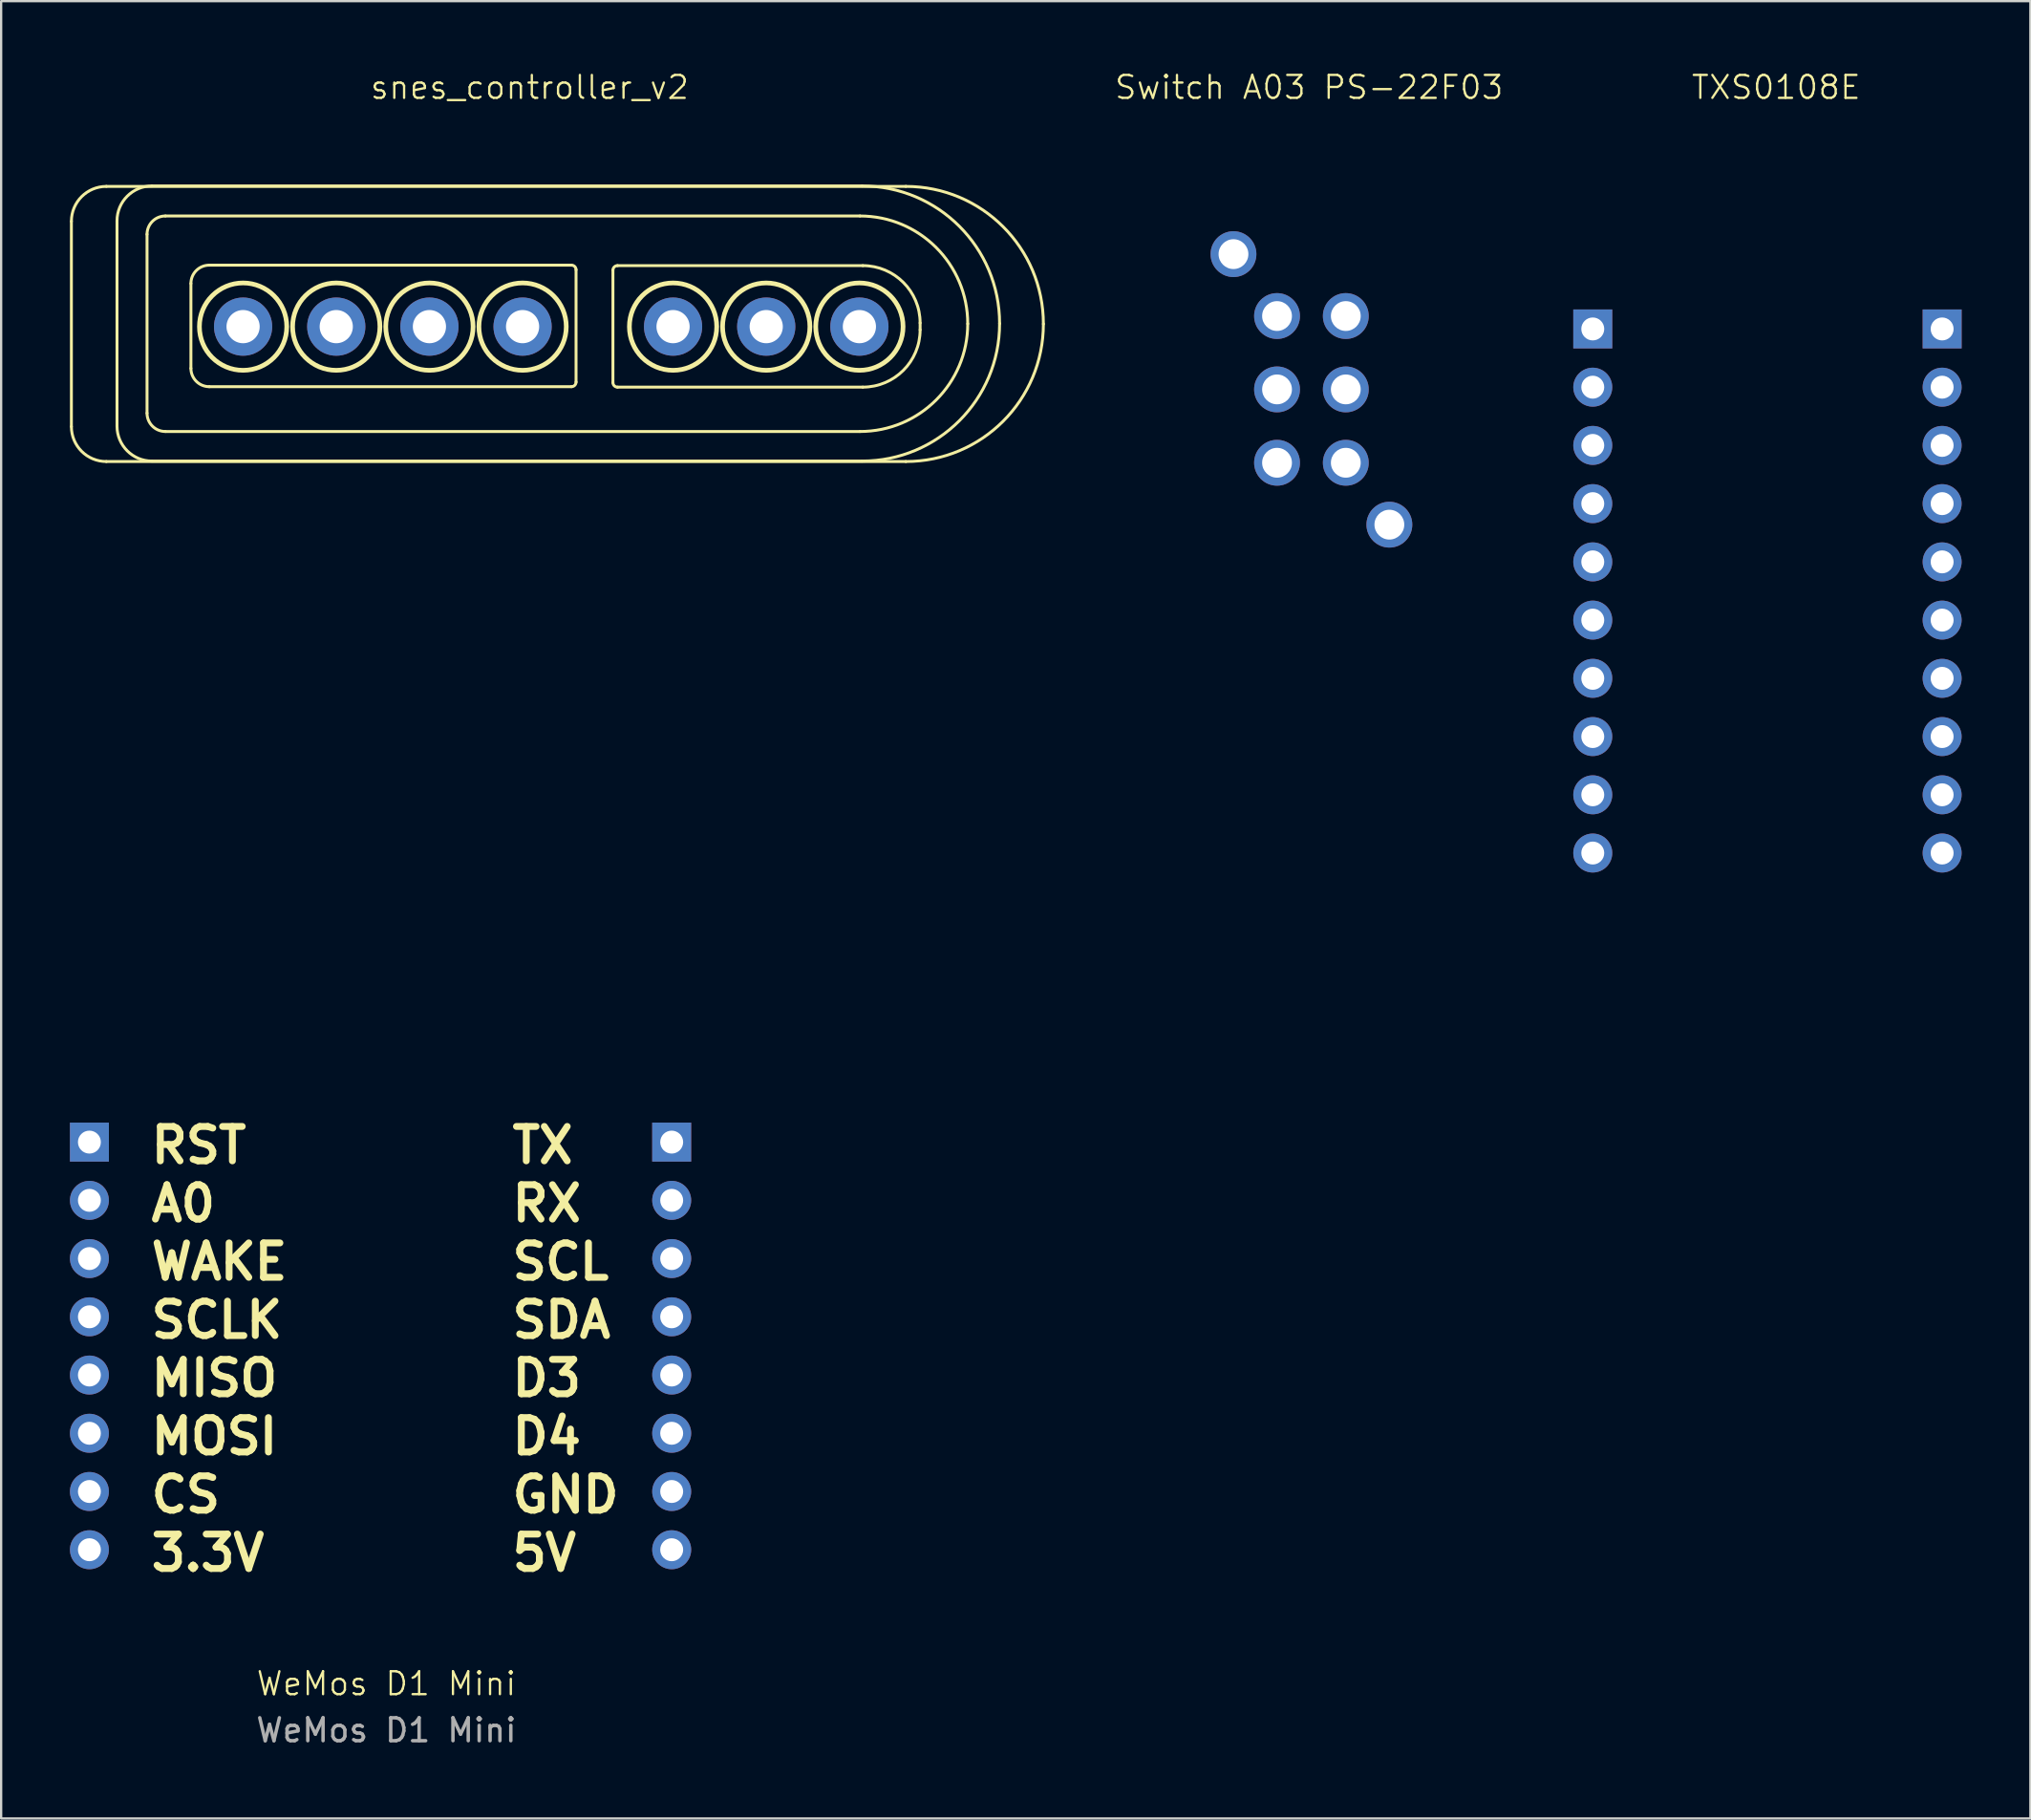
<source format=kicad_pcb>
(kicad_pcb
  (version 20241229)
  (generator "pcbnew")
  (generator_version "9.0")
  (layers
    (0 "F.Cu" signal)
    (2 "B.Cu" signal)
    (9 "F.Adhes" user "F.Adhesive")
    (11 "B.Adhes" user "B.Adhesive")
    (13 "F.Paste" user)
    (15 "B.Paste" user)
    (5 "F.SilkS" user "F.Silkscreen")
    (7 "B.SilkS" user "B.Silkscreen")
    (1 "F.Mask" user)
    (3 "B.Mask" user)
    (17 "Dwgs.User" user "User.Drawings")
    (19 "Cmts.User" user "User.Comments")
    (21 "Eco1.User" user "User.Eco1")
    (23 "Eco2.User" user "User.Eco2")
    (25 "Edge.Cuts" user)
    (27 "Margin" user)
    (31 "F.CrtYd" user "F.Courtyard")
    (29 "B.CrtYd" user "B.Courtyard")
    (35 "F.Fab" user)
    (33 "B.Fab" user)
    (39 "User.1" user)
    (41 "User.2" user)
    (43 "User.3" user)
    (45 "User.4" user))
  (footprint "Switch A03 PS-22F03"
    (layer "F.Cu")
    (at 54.053 1.26)
    (property "Reference" "Switch A03 PS-22F03" (at 0 -0.5 0) (unlocked yes) (layer "F.SilkS") (effects (font (size 1 1) (thickness 0.1))))
    (attr through_hole)
    (pad "" thru_hole circle (at -3.297 6.775) (size 2 2) (drill 1.3) (layers "*.Cu" "*.Mask"))
    (pad "" thru_hole circle (at 3.503 18.575) (size 2 2) (drill 1.3) (layers "*.Cu" "*.Mask"))
    (pad "1" thru_hole circle (at -1.397 9.475) (size 2 2) (drill 1.3) (layers "*.Cu" "*.Mask"))
    (pad "2" thru_hole circle (at 1.603 9.475) (size 2 2) (drill 1.3) (layers "*.Cu" "*.Mask"))
    (pad "3" thru_hole circle (at -1.397 12.675) (size 2 2) (drill 1.3) (layers "*.Cu" "*.Mask"))
    (pad "4" thru_hole circle (at 1.603 12.675) (size 2 2) (drill 1.3) (layers "*.Cu" "*.Mask"))
    (pad "5" thru_hole circle (at -1.397 15.875) (size 2 2) (drill 1.3) (layers "*.Cu" "*.Mask"))
    (pad "6" thru_hole circle (at 1.603 15.875) (size 2 2) (drill 1.3) (layers "*.Cu" "*.Mask")))
  (footprint "snes_controller_v2"
    (layer "F.Cu")
    (at 20.054 4.261)
    (property "Reference" "snes_controller_v2" (at 0 -3.5 0) (unlocked yes) (layer "F.SilkS") (effects (font (size 1 1) (thickness 0.1))))
    (attr through_hole)
    (fp_line (start -19.99 11.296) (end -19.99 2.344) (stroke (width 0.127) (type solid)) (layer "F.SilkS"))
    (fp_line (start -18.466 0.82) (end 16.41 0.82) (stroke (width 0.127) (type solid)) (layer "F.SilkS"))
    (fp_line (start -18 2.324) (end -18 11.276) (stroke (width 0.127) (type solid)) (layer "F.SilkS"))
    (fp_line (start -16.69 2.91) (end -16.69 10.71) (stroke (width 0.127) (type solid)) (layer "F.SilkS"))
    (fp_line (start -16.476 0.8) (end 14.5 0.8) (stroke (width 0.127) (type solid)) (layer "F.SilkS"))
    (fp_line (start -16.476 12.8) (end 14.5 12.8) (stroke (width 0.127) (type solid)) (layer "F.SilkS"))
    (fp_line (start -15.89 2.11) (end 14.41 2.11) (stroke (width 0.127) (type solid)) (layer "F.SilkS"))
    (fp_line (start -15.89 11.51) (end 14.41 11.51) (stroke (width 0.127) (type solid)) (layer "F.SilkS"))
    (fp_line (start -14.776 8.755) (end -14.776 5.055) (stroke (width 0.127) (type solid)) (layer "F.SilkS"))
    (fp_line (start -13.976 4.255) (end 1.824 4.255) (stroke (width 0.127) (type solid)) (layer "F.SilkS"))
    (fp_line (start -13.976 9.555) (end 1.824 9.555) (stroke (width 0.127) (type solid)) (layer "F.SilkS"))
    (fp_line (start 2.024 9.355) (end 2.024 4.455) (stroke (width 0.127) (type solid)) (layer "F.SilkS"))
    (fp_line (start 3.633 9.375) (end 3.633 4.475) (stroke (width 0.127) (type solid)) (layer "F.SilkS"))
    (fp_line (start 3.833 4.275) (end 14.533 4.275) (stroke (width 0.127) (type solid)) (layer "F.SilkS"))
    (fp_line (start 3.833 9.575) (end 14.533 9.575) (stroke (width 0.127) (type solid)) (layer "F.SilkS"))
    (fp_line (start 16.41 12.82) (end -18.466 12.82) (stroke (width 0.127) (type solid)) (layer "F.SilkS"))
    (fp_line (start 17.033 7.075) (end 17.033 6.775) (stroke (width 0.127) (type solid)) (layer "F.SilkS"))
    (fp_arc (start -19.99 2.344) (mid -19.543631 1.266369) (end -18.466 0.82) (stroke (width 0.127) (type solid)) (layer "F.SilkS"))
    (fp_arc (start -18.466 12.82) (mid -19.543631 12.37363) (end -19.990001 11.295999) (stroke (width 0.127) (type solid)) (layer "F.SilkS"))
    (fp_arc (start -18 2.324) (mid -17.553631 1.246369) (end -16.476 0.8) (stroke (width 0.127) (type solid)) (layer "F.SilkS"))
    (fp_arc (start -16.69 2.91) (mid -16.455685 2.344315) (end -15.89 2.11) (stroke (width 0.127) (type solid)) (layer "F.SilkS"))
    (fp_arc (start -16.475999 12.799999) (mid -17.55363 12.35363) (end -18 11.276) (stroke (width 0.127) (type solid)) (layer "F.SilkS"))
    (fp_arc (start -15.89 11.51) (mid -16.455685 11.275685) (end -16.69 10.71) (stroke (width 0.127) (type solid)) (layer "F.SilkS"))
    (fp_arc (start -14.776 5.055) (mid -14.541685 4.489315) (end -13.976 4.255) (stroke (width 0.127) (type solid)) (layer "F.SilkS"))
    (fp_arc (start -13.976 9.555) (mid -14.541685 9.320685) (end -14.776 8.755) (stroke (width 0.127) (type solid)) (layer "F.SilkS"))
    (fp_arc (start 1.824 4.255) (mid 1.965421 4.313579) (end 2.024 4.455) (stroke (width 0.127) (type solid)) (layer "F.SilkS"))
    (fp_arc (start 2.024 9.355) (mid 1.965421 9.496421) (end 1.824 9.555) (stroke (width 0.127) (type solid)) (layer "F.SilkS"))
    (fp_arc (start 3.633 4.475) (mid 3.691579 4.333579) (end 3.833 4.275) (stroke (width 0.127) (type solid)) (layer "F.SilkS"))
    (fp_arc (start 3.833 9.575) (mid 3.691579 9.516421) (end 3.633 9.375) (stroke (width 0.127) (type solid)) (layer "F.SilkS"))
    (fp_arc (start 14.41 2.11) (mid 17.733402 3.486598) (end 19.11 6.81) (stroke (width 0.127) (type solid)) (layer "F.SilkS"))
    (fp_arc (start 14.5 0.8) (mid 18.742641 2.557359) (end 20.5 6.8) (stroke (width 0.127) (type solid)) (layer "F.SilkS"))
    (fp_arc (start 14.533 4.275) (mid 16.300767 5.007233) (end 17.033 6.775) (stroke (width 0.127) (type solid)) (layer "F.SilkS"))
    (fp_arc (start 16.41 0.82) (mid 20.652641 2.57736) (end 22.410001 6.820001) (stroke (width 0.127) (type solid)) (layer "F.SilkS"))
    (fp_arc (start 17.033 7.075) (mid 16.300767 8.842767) (end 14.533 9.575) (stroke (width 0.127) (type solid)) (layer "F.SilkS"))
    (fp_arc (start 19.11 6.81) (mid 17.733402 10.133402) (end 14.41 11.51) (stroke (width 0.127) (type solid)) (layer "F.SilkS"))
    (fp_arc (start 20.5 6.8) (mid 18.742641 11.042641) (end 14.5 12.8) (stroke (width 0.127) (type solid)) (layer "F.SilkS"))
    (fp_arc (start 22.41 6.82) (mid 20.652641 11.062641) (end 16.41 12.82) (stroke (width 0.127) (type solid)) (layer "F.SilkS"))
    (fp_circle (center -12.5 6.936) (end -10.595 6.936) (stroke (width 0.203) (type solid)) (fill no) (layer "F.SilkS"))
    (fp_circle (center -8.436 6.936) (end -6.531 6.936) (stroke (width 0.203) (type solid)) (fill no) (layer "F.SilkS"))
    (fp_circle (center -4.372 6.936) (end -2.467 6.936) (stroke (width 0.203) (type solid)) (fill no) (layer "F.SilkS"))
    (fp_circle (center -0.308 6.936) (end 1.597 6.936) (stroke (width 0.203) (type solid)) (fill no) (layer "F.SilkS"))
    (fp_circle (center 6.256 6.936) (end 8.161 6.936) (stroke (width 0.203) (type solid)) (fill no) (layer "F.SilkS"))
    (fp_circle (center 10.32 6.936) (end 12.225 6.936) (stroke (width 0.203) (type solid)) (fill no) (layer "F.SilkS"))
    (fp_circle (center 14.384 6.936) (end 16.289 6.936) (stroke (width 0.203) (type solid)) (fill no) (layer "F.SilkS"))
    (pad "1" thru_hole circle (at -12.5 6.936) (size 2.54 2.54) (drill 1.448) (layers "*.Cu" "*.Mask"))
    (pad "2" thru_hole circle (at -8.436 6.936) (size 2.54 2.54) (drill 1.448) (layers "*.Cu" "*.Mask"))
    (pad "3" thru_hole circle (at -4.372 6.936) (size 2.54 2.54) (drill 1.448) (layers "*.Cu" "*.Mask"))
    (pad "4" thru_hole circle (at -0.308 6.936) (size 2.54 2.54) (drill 1.448) (layers "*.Cu" "*.Mask"))
    (pad "5" thru_hole circle (at 6.256 6.936) (size 2.54 2.54) (drill 1.448) (layers "*.Cu" "*.Mask"))
    (pad "6" thru_hole circle (at 10.32 6.936) (size 2.54 2.54) (drill 1.448) (layers "*.Cu" "*.Mask"))
    (pad "7" thru_hole circle (at 14.384 6.936) (size 2.54 2.54) (drill 1.448) (layers "*.Cu" "*.Mask")))
  (footprint "WeMos D1 Mini"
    (layer "F.Cu")
    (at 13.804 38.258)
    (property "Reference" "WeMos D1 Mini" (at 0 32.131 0) (unlocked yes) (layer "F.SilkS") (effects (font (size 1 1) (thickness 0.1))))
    (attr through_hole)
    (fp_text user "GND" (at 5.334 24.765 0) (unlocked yes) (layer "F.SilkS") (effects (font (size 1.5 1.5) (thickness 0.3) (bold yes)) (justify left bottom)))
    (fp_text user "SCL" (at 5.334 14.605 0) (unlocked yes) (layer "F.SilkS") (effects (font (size 1.5 1.5) (thickness 0.3) (bold yes)) (justify left bottom)))
    (fp_text user "TX" (at 5.334 9.525 0) (unlocked yes) (layer "F.SilkS") (effects (font (size 1.5 1.5) (thickness 0.3) (bold yes)) (justify left bottom)))
    (fp_text user "SDA" (at 5.334 17.145 0) (unlocked yes) (layer "F.SilkS") (effects (font (size 1.5 1.5) (thickness 0.3) (bold yes)) (justify left bottom)))
    (fp_text user "SCLK" (at -10.414 17.145 0) (unlocked yes) (layer "F.SilkS") (effects (font (size 1.5 1.5) (thickness 0.3) (bold yes)) (justify left bottom)))
    (fp_text user "MISO" (at -10.414 19.685 0) (unlocked yes) (layer "F.SilkS") (effects (font (size 1.5 1.5) (thickness 0.3) (bold yes)) (justify left bottom)))
    (fp_text user "MOSI" (at -10.414 22.225 0) (unlocked yes) (layer "F.SilkS") (effects (font (size 1.5 1.5) (thickness 0.3) (bold yes)) (justify left bottom)))
    (fp_text user "D4" (at 5.334 22.225 0) (unlocked yes) (layer "F.SilkS") (effects (font (size 1.5 1.5) (thickness 0.3) (bold yes)) (justify left bottom)))
    (fp_text user "WAKE" (at -10.414 14.605 0) (unlocked yes) (layer "F.SilkS") (effects (font (size 1.5 1.5) (thickness 0.3) (bold yes)) (justify left bottom)))
    (fp_text user "CS" (at -10.414 24.765 0) (unlocked yes) (layer "F.SilkS") (effects (font (size 1.5 1.5) (thickness 0.3) (bold yes)) (justify left bottom)))
    (fp_text user "RST" (at -10.414 9.525 0) (unlocked yes) (layer "F.SilkS") (effects (font (size 1.5 1.5) (thickness 0.3) (bold yes)) (justify left bottom)))
    (fp_text user "D3" (at 5.334 19.685 0) (unlocked yes) (layer "F.SilkS") (effects (font (size 1.5 1.5) (thickness 0.3) (bold yes)) (justify left bottom)))
    (fp_text user "3.3V" (at -10.414 27.305 0) (unlocked yes) (layer "F.SilkS") (effects (font (size 1.5 1.5) (thickness 0.3) (bold yes)) (justify left bottom)))
    (fp_text user "RX" (at 5.334 12.065 0) (unlocked yes) (layer "F.SilkS") (effects (font (size 1.5 1.5) (thickness 0.3) (bold yes)) (justify left bottom)))
    (fp_text user "5V" (at 5.334 27.305 0) (unlocked yes) (layer "F.SilkS") (effects (font (size 1.5 1.5) (thickness 0.3) (bold yes)) (justify left bottom)))
    (fp_text user "A0" (at -10.414 12.065 0) (unlocked yes) (layer "F.SilkS") (effects (font (size 1.5 1.5) (thickness 0.3) (bold yes)) (justify left bottom)))
    (fp_text user "${REFERENCE}" (at 0 34.163 0) (unlocked yes) (layer "F.Fab") (effects (font (size 1 1) (thickness 0.15))))
    (pad "1" thru_hole rect (at -12.954 8.509) (size 1.7 1.7) (drill 1) (layers "*.Cu" "*.Mask"))
    (pad "2" thru_hole oval (at -12.954 11.049) (size 1.7 1.7) (drill 1) (layers "*.Cu" "*.Mask"))
    (pad "3" thru_hole oval (at -12.954 13.589) (size 1.7 1.7) (drill 1) (layers "*.Cu" "*.Mask"))
    (pad "4" thru_hole oval (at -12.954 16.129) (size 1.7 1.7) (drill 1) (layers "*.Cu" "*.Mask"))
    (pad "5" thru_hole oval (at -12.954 18.669) (size 1.7 1.7) (drill 1) (layers "*.Cu" "*.Mask"))
    (pad "6" thru_hole oval (at -12.954 21.209) (size 1.7 1.7) (drill 1) (layers "*.Cu" "*.Mask"))
    (pad "7" thru_hole oval (at -12.954 23.749) (size 1.7 1.7) (drill 1) (layers "*.Cu" "*.Mask"))
    (pad "8" thru_hole oval (at -12.954 26.289) (size 1.7 1.7) (drill 1) (layers "*.Cu" "*.Mask"))
    (pad "9" thru_hole rect (at 12.446 8.509) (size 1.7 1.7) (drill 1) (layers "*.Cu" "*.Mask"))
    (pad "10" thru_hole oval (at 12.446 11.049) (size 1.7 1.7) (drill 1) (layers "*.Cu" "*.Mask"))
    (pad "11" thru_hole oval (at 12.446 13.589) (size 1.7 1.7) (drill 1) (layers "*.Cu" "*.Mask"))
    (pad "12" thru_hole oval (at 12.446 16.129) (size 1.7 1.7) (drill 1) (layers "*.Cu" "*.Mask"))
    (pad "13" thru_hole oval (at 12.446 18.669) (size 1.7 1.7) (drill 1) (layers "*.Cu" "*.Mask"))
    (pad "14" thru_hole oval (at 12.446 21.209) (size 1.7 1.7) (drill 1) (layers "*.Cu" "*.Mask"))
    (pad "15" thru_hole oval (at 12.446 23.749) (size 1.7 1.7) (drill 1) (layers "*.Cu" "*.Mask"))
    (pad "16" thru_hole oval (at 12.446 26.289) (size 1.7 1.7) (drill 1) (layers "*.Cu" "*.Mask")))
  (footprint "TXS0108E"
    (layer "F.Cu")
    (at 74.43 1.26)
    (property "Reference" "TXS0108E" (at 0 -0.5 0) (unlocked yes) (layer "F.SilkS") (effects (font (size 1 1) (thickness 0.1))))
    (attr through_hole)
    (pad "1" thru_hole rect (at -8.001 10.038) (size 1.7 1.7) (drill 1) (layers "*.Cu" "*.Mask"))
    (pad "2" thru_hole oval (at -8.001 12.578) (size 1.7 1.7) (drill 1) (layers "*.Cu" "*.Mask"))
    (pad "3" thru_hole oval (at -8.001 15.118) (size 1.7 1.7) (drill 1) (layers "*.Cu" "*.Mask"))
    (pad "4" thru_hole oval (at -8.001 17.658) (size 1.7 1.7) (drill 1) (layers "*.Cu" "*.Mask"))
    (pad "5" thru_hole oval (at -8.001 20.198) (size 1.7 1.7) (drill 1) (layers "*.Cu" "*.Mask"))
    (pad "6" thru_hole oval (at -8.001 22.738) (size 1.7 1.7) (drill 1) (layers "*.Cu" "*.Mask"))
    (pad "7" thru_hole oval (at -8.001 25.278) (size 1.7 1.7) (drill 1) (layers "*.Cu" "*.Mask"))
    (pad "8" thru_hole oval (at -8.001 27.818) (size 1.7 1.7) (drill 1) (layers "*.Cu" "*.Mask"))
    (pad "9" thru_hole oval (at -8.001 30.358) (size 1.7 1.7) (drill 1) (layers "*.Cu" "*.Mask"))
    (pad "10" thru_hole oval (at -8.001 32.898) (size 1.7 1.7) (drill 1) (layers "*.Cu" "*.Mask"))
    (pad "11" thru_hole rect (at 7.239 10.038) (size 1.7 1.7) (drill 1) (layers "*.Cu" "*.Mask"))
    (pad "12" thru_hole oval (at 7.239 12.578) (size 1.7 1.7) (drill 1) (layers "*.Cu" "*.Mask"))
    (pad "13" thru_hole oval (at 7.239 15.118) (size 1.7 1.7) (drill 1) (layers "*.Cu" "*.Mask"))
    (pad "14" thru_hole oval (at 7.239 17.658) (size 1.7 1.7) (drill 1) (layers "*.Cu" "*.Mask"))
    (pad "15" thru_hole oval (at 7.239 20.198) (size 1.7 1.7) (drill 1) (layers "*.Cu" "*.Mask"))
    (pad "16" thru_hole oval (at 7.239 22.738) (size 1.7 1.7) (drill 1) (layers "*.Cu" "*.Mask"))
    (pad "17" thru_hole oval (at 7.239 25.278) (size 1.7 1.7) (drill 1) (layers "*.Cu" "*.Mask"))
    (pad "18" thru_hole oval (at 7.239 27.818) (size 1.7 1.7) (drill 1) (layers "*.Cu" "*.Mask"))
    (pad "19" thru_hole oval (at 7.239 30.358) (size 1.7 1.7) (drill 1) (layers "*.Cu" "*.Mask"))
    (pad "20" thru_hole oval (at 7.239 32.898) (size 1.7 1.7) (drill 1) (layers "*.Cu" "*.Mask")))
  (gr_rect
    (start -3 -3)
    (end 85.519 76.27)
    (stroke (width 0.1) (type default))
    (fill no)
    (layer "Edge.Cuts")))
</source>
